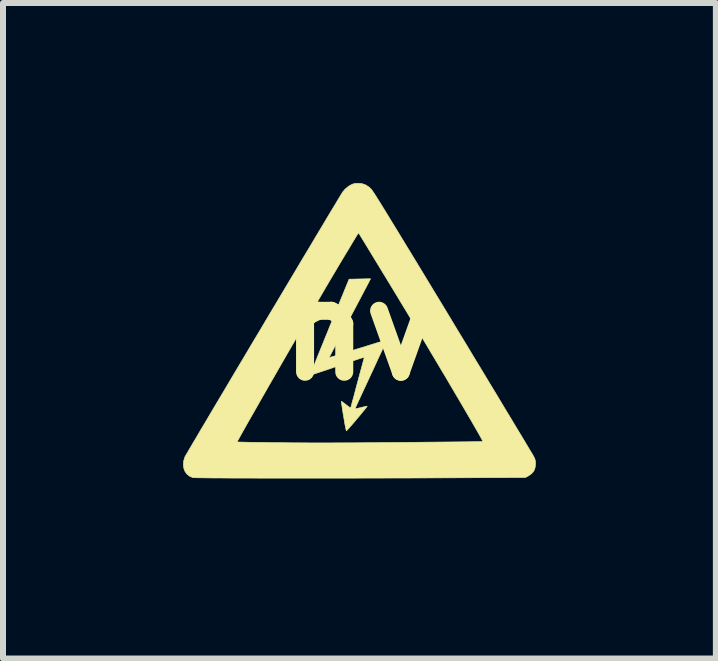
<source format=kicad_pcb>
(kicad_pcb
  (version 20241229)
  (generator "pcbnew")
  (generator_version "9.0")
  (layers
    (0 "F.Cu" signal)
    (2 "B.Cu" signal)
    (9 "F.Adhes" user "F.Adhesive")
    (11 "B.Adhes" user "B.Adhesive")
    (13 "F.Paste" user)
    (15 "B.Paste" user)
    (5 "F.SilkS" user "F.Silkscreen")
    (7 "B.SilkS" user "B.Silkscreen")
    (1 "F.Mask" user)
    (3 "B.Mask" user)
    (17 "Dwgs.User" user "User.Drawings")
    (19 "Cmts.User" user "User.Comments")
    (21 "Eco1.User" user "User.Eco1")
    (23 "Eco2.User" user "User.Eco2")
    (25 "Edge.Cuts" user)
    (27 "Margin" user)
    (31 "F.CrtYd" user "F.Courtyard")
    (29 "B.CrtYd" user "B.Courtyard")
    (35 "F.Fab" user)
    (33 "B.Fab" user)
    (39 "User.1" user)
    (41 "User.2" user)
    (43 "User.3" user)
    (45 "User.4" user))
  (footprint "hv"
    (layer "F.Cu")
    (at 2.94 2.455)
    (property "Reference" "hv" (at 0 0 0) (layer "F.SilkS") (effects (font (size 1.524 1.524) (thickness 0.3))))
    (attr through_hole)
    (fp_poly (pts (xy 0.183 -0.86) (xy 0.184 -0.86) (xy 0.18 -0.852) (xy 0.169 -0.831) (xy 0.152 -0.797) (xy 0.128 -0.751) (xy 0.098 -0.694) (xy 0.063 -0.628) (xy 0.024 -0.553) (xy -0.02 -0.471) (xy -0.066 -0.383) (xy -0.116 -0.289) (xy -0.161 -0.203) (xy -0.213 -0.106) (xy -0.262 -0.013) (xy -0.308 0.075) (xy -0.351 0.156) (xy -0.39 0.23) (xy -0.424 0.295) (xy -0.453 0.35) (xy -0.476 0.395) (xy -0.493 0.428) (xy -0.503 0.447) (xy -0.506 0.453) (xy -0.498 0.451) (xy -0.475 0.444) (xy -0.438 0.433) (xy -0.39 0.419) (xy -0.332 0.401) (xy -0.265 0.38) (xy -0.19 0.357) (xy -0.109 0.332) (xy -0.047 0.312) (xy 0.055 0.281) (xy 0.142 0.254) (xy 0.215 0.231) (xy 0.276 0.212) (xy 0.325 0.197) (xy 0.364 0.185) (xy 0.393 0.177) (xy 0.415 0.17) (xy 0.431 0.166) (xy 0.44 0.164) (xy 0.446 0.164) (xy 0.448 0.164) (xy 0.449 0.166) (xy 0.449 0.168) (xy 0.449 0.169) (xy 0.445 0.177) (xy 0.435 0.2) (xy 0.419 0.236) (xy 0.397 0.284) (xy 0.371 0.342) (xy 0.34 0.409) (xy 0.305 0.484) (xy 0.267 0.566) (xy 0.227 0.654) (xy 0.186 0.741) (xy 0.144 0.832) (xy 0.103 0.92) (xy 0.065 1.001) (xy 0.031 1.075) (xy 0.000281 1.141) (xy -0.026 1.198) (xy -0.047 1.245) (xy -0.063 1.279) (xy -0.073 1.3) (xy -0.076 1.308) (xy -0.069 1.307) (xy -0.048 1.302) (xy -0.017 1.295) (xy 0.021 1.286) (xy 0.022 1.286) (xy 0.061 1.276) (xy 0.094 1.269) (xy 0.117 1.264) (xy 0.128 1.263) (xy 0.124 1.27) (xy 0.111 1.288) (xy 0.09 1.314) (xy 0.062 1.348) (xy 0.03 1.387) (xy -0.005 1.43) (xy -0.043 1.474) (xy -0.08 1.519) (xy -0.116 1.561) (xy -0.149 1.599) (xy -0.177 1.631) (xy -0.199 1.655) (xy -0.214 1.67) (xy -0.218 1.674) (xy -0.221 1.667) (xy -0.227 1.645) (xy -0.234 1.61) (xy -0.243 1.565) (xy -0.252 1.511) (xy -0.262 1.45) (xy -0.266 1.43) (xy -0.276 1.368) (xy -0.285 1.311) (xy -0.292 1.262) (xy -0.298 1.223) (xy -0.302 1.195) (xy -0.303 1.182) (xy -0.303 1.181) (xy -0.296 1.185) (xy -0.278 1.197) (xy -0.252 1.216) (xy -0.225 1.237) (xy -0.195 1.26) (xy -0.17 1.278) (xy -0.154 1.29) (xy -0.148 1.293) (xy -0.145 1.285) (xy -0.139 1.262) (xy -0.129 1.225) (xy -0.116 1.177) (xy -0.1 1.119) (xy -0.082 1.053) (xy -0.063 0.979) (xy -0.042 0.9) (xy -0.039 0.889) (xy -0.017 0.809) (xy 0.003 0.733) (xy 0.022 0.663) (xy 0.039 0.601) (xy 0.053 0.549) (xy 0.064 0.507) (xy 0.072 0.479) (xy 0.076 0.465) (xy 0.076 0.464) (xy 0.077 0.459) (xy 0.077 0.455) (xy 0.073 0.453) (xy 0.064 0.454) (xy 0.048 0.457) (xy 0.025 0.463) (xy -0.007 0.474) (xy -0.05 0.488) (xy -0.105 0.506) (xy -0.174 0.529) (xy -0.24 0.552) (xy -0.35 0.589) (xy -0.445 0.622) (xy -0.526 0.65) (xy -0.595 0.673) (xy -0.652 0.692) (xy -0.698 0.707) (xy -0.735 0.72) (xy -0.764 0.729) (xy -0.785 0.735) (xy -0.8 0.74) (xy -0.809 0.742) (xy -0.815 0.743) (xy -0.818 0.742) (xy -0.819 0.742) (xy -0.816 0.734) (xy -0.808 0.711) (xy -0.794 0.674) (xy -0.774 0.625) (xy -0.75 0.565) (xy -0.722 0.494) (xy -0.69 0.413) (xy -0.654 0.325) (xy -0.615 0.229) (xy -0.574 0.127) (xy -0.53 0.02) (xy -0.499 -0.058) (xy -0.174 -0.853) (xy 0.004 -0.857) (xy 0.057 -0.858) (xy 0.104 -0.859) (xy 0.142 -0.86) (xy 0.169 -0.86) (xy 0.183 -0.86)) (stroke (width 0.01) (type solid)) (fill yes) (layer "F.SilkS"))
    (fp_poly (pts (xy 0.042 -2.445) (xy 0.098 -2.426) (xy 0.15 -2.394) (xy 0.195 -2.354) (xy 0.201 -2.346) (xy 0.21 -2.334) (xy 0.222 -2.317) (xy 0.238 -2.293) (xy 0.257 -2.264) (xy 0.28 -2.228) (xy 0.307 -2.184) (xy 0.339 -2.134) (xy 0.375 -2.075) (xy 0.417 -2.008) (xy 0.463 -1.932) (xy 0.515 -1.847) (xy 0.573 -1.753) (xy 0.637 -1.648) (xy 0.707 -1.533) (xy 0.784 -1.406) (xy 0.868 -1.269) (xy 0.959 -1.119) (xy 1.057 -0.958) (xy 1.162 -0.784) (xy 1.276 -0.596) (xy 1.398 -0.395) (xy 1.528 -0.18) (xy 1.562 -0.123) (xy 1.669 0.054) (xy 1.775 0.228) (xy 1.877 0.398) (xy 1.977 0.563) (xy 2.074 0.723) (xy 2.167 0.878) (xy 2.257 1.026) (xy 2.342 1.167) (xy 2.422 1.301) (xy 2.498 1.426) (xy 2.568 1.543) (xy 2.633 1.651) (xy 2.692 1.748) (xy 2.745 1.836) (xy 2.79 1.912) (xy 2.829 1.977) (xy 2.861 2.03) (xy 2.885 2.07) (xy 2.9 2.097) (xy 2.908 2.11) (xy 2.908 2.111) (xy 2.922 2.144) (xy 2.93 2.172) (xy 2.933 2.205) (xy 2.933 2.227) (xy 2.926 2.287) (xy 2.907 2.339) (xy 2.873 2.382) (xy 2.823 2.419) (xy 2.802 2.431) (xy 2.764 2.451) (xy 1.647 2.456) (xy 1.426 2.457) (xy 1.204 2.458) (xy 0.981 2.459) (xy 0.759 2.46) (xy 0.538 2.46) (xy 0.319 2.461) (xy 0.101 2.461) (xy -0.113 2.462) (xy -0.324 2.462) (xy -0.531 2.462) (xy -0.732 2.462) (xy -0.928 2.462) (xy -1.118 2.462) (xy -1.301 2.462) (xy -1.477 2.462) (xy -1.644 2.462) (xy -1.803 2.461) (xy -1.952 2.461) (xy -2.091 2.461) (xy -2.219 2.46) (xy -2.336 2.459) (xy -2.44 2.459) (xy -2.532 2.458) (xy -2.61 2.457) (xy -2.674 2.456) (xy -2.724 2.455) (xy -2.758 2.454) (xy -2.775 2.453) (xy -2.778 2.452) (xy -2.831 2.43) (xy -2.875 2.395) (xy -2.907 2.351) (xy -2.927 2.298) (xy -2.935 2.239) (xy -2.93 2.176) (xy -2.91 2.111) (xy -2.909 2.108) (xy -2.904 2.098) (xy -2.89 2.074) (xy -2.868 2.037) (xy -2.839 1.987) (xy -2.803 1.926) (xy -2.764 1.859) (xy -2.039 1.859) (xy -2.03 1.86) (xy -2.005 1.86) (xy -1.966 1.861) (xy -1.914 1.862) (xy -1.851 1.864) (xy -1.777 1.865) (xy -1.693 1.866) (xy -1.602 1.867) (xy -1.504 1.869) (xy -1.401 1.87) (xy -1.371 1.87) (xy -1.284 1.871) (xy -1.201 1.872) (xy -1.122 1.873) (xy -1.045 1.873) (xy -0.969 1.874) (xy -0.894 1.874) (xy -0.818 1.875) (xy -0.74 1.875) (xy -0.66 1.875) (xy -0.576 1.875) (xy -0.487 1.875) (xy -0.393 1.874) (xy -0.292 1.874) (xy -0.184 1.873) (xy -0.067 1.873) (xy 0.06 1.872) (xy 0.197 1.871) (xy 0.346 1.869) (xy 0.507 1.868) (xy 0.682 1.867) (xy 0.871 1.865) (xy 1.076 1.863) (xy 1.159 1.862) (xy 1.281 1.861) (xy 1.397 1.86) (xy 1.508 1.859) (xy 1.612 1.858) (xy 1.707 1.857) (xy 1.794 1.856) (xy 1.87 1.855) (xy 1.934 1.854) (xy 1.986 1.853) (xy 2.024 1.852) (xy 2.048 1.851) (xy 2.055 1.851) (xy 2.052 1.842) (xy 2.041 1.82) (xy 2.022 1.785) (xy 1.996 1.738) (xy 1.962 1.679) (xy 1.922 1.61) (xy 1.877 1.531) (xy 1.825 1.442) (xy 1.769 1.346) (xy 1.708 1.242) (xy 1.643 1.131) (xy 1.574 1.014) (xy 1.502 0.892) (xy 1.428 0.766) (xy 1.35 0.636) (xy 1.271 0.503) (xy 1.191 0.369) (xy 1.11 0.232) (xy 1.028 0.096) (xy 0.946 -0.041) (xy 0.865 -0.176) (xy 0.785 -0.31) (xy 0.705 -0.441) (xy 0.666 -0.506) (xy 0.59 -0.632) (xy 0.516 -0.754) (xy 0.444 -0.872) (xy 0.376 -0.983) (xy 0.312 -1.089) (xy 0.252 -1.187) (xy 0.197 -1.278) (xy 0.147 -1.36) (xy 0.103 -1.432) (xy 0.065 -1.494) (xy 0.034 -1.545) (xy 0.01 -1.584) (xy -0.007 -1.611) (xy -0.016 -1.624) (xy -0.017 -1.626) (xy -0.022 -1.618) (xy -0.035 -1.598) (xy -0.055 -1.565) (xy -0.082 -1.52) (xy -0.116 -1.465) (xy -0.154 -1.4) (xy -0.198 -1.327) (xy -0.247 -1.247) (xy -0.299 -1.16) (xy -0.354 -1.068) (xy -0.411 -0.971) (xy -0.416 -0.963) (xy -0.456 -0.896) (xy -0.502 -0.819) (xy -0.552 -0.733) (xy -0.607 -0.639) (xy -0.666 -0.538) (xy -0.728 -0.431) (xy -0.794 -0.318) (xy -0.862 -0.201) (xy -0.932 -0.079) (xy -1.004 0.045) (xy -1.077 0.171) (xy -1.151 0.299) (xy -1.225 0.427) (xy -1.299 0.555) (xy -1.371 0.681) (xy -1.443 0.806) (xy -1.513 0.927) (xy -1.58 1.045) (xy -1.645 1.158) (xy -1.706 1.266) (xy -1.764 1.368) (xy -1.818 1.462) (xy -1.867 1.548) (xy -1.911 1.626) (xy -1.949 1.694) (xy -1.981 1.751) (xy -2.006 1.797) (xy -2.025 1.831) (xy -2.036 1.852) (xy -2.039 1.859) (xy -2.764 1.859) (xy -2.76 1.853) (xy -2.711 1.771) (xy -2.657 1.678) (xy -2.596 1.576) (xy -2.531 1.467) (xy -2.462 1.349) (xy -2.388 1.225) (xy -2.31 1.094) (xy -2.229 0.958) (xy -2.145 0.816) (xy -2.059 0.671) (xy -1.97 0.522) (xy -1.88 0.371) (xy -1.789 0.217) (xy -1.696 0.062) (xy -1.603 -0.094) (xy -1.511 -0.25) (xy -1.418 -0.405) (xy -1.326 -0.559) (xy -1.236 -0.71) (xy -1.147 -0.86) (xy -1.06 -1.005) (xy -0.976 -1.147) (xy -0.894 -1.283) (xy -0.815 -1.415) (xy -0.741 -1.54) (xy -0.67 -1.658) (xy -0.604 -1.768) (xy -0.543 -1.871) (xy -0.487 -1.964) (xy -0.436 -2.048) (xy -0.392 -2.121) (xy -0.355 -2.184) (xy -0.324 -2.234) (xy -0.301 -2.273) (xy -0.285 -2.298) (xy -0.278 -2.309) (xy -0.235 -2.358) (xy -0.181 -2.402) (xy -0.136 -2.428) (xy -0.107 -2.44) (xy -0.079 -2.447) (xy -0.047 -2.45) (xy -0.021 -2.45) (xy 0.042 -2.445)) (stroke (width 0.01) (type solid)) (fill yes) (layer "F.SilkS")))
  (gr_rect
    (start -3 -3)
    (end 8.878 7.923)
    (stroke (width 0.1) (type default))
    (fill no)
    (layer "Edge.Cuts")))
</source>
